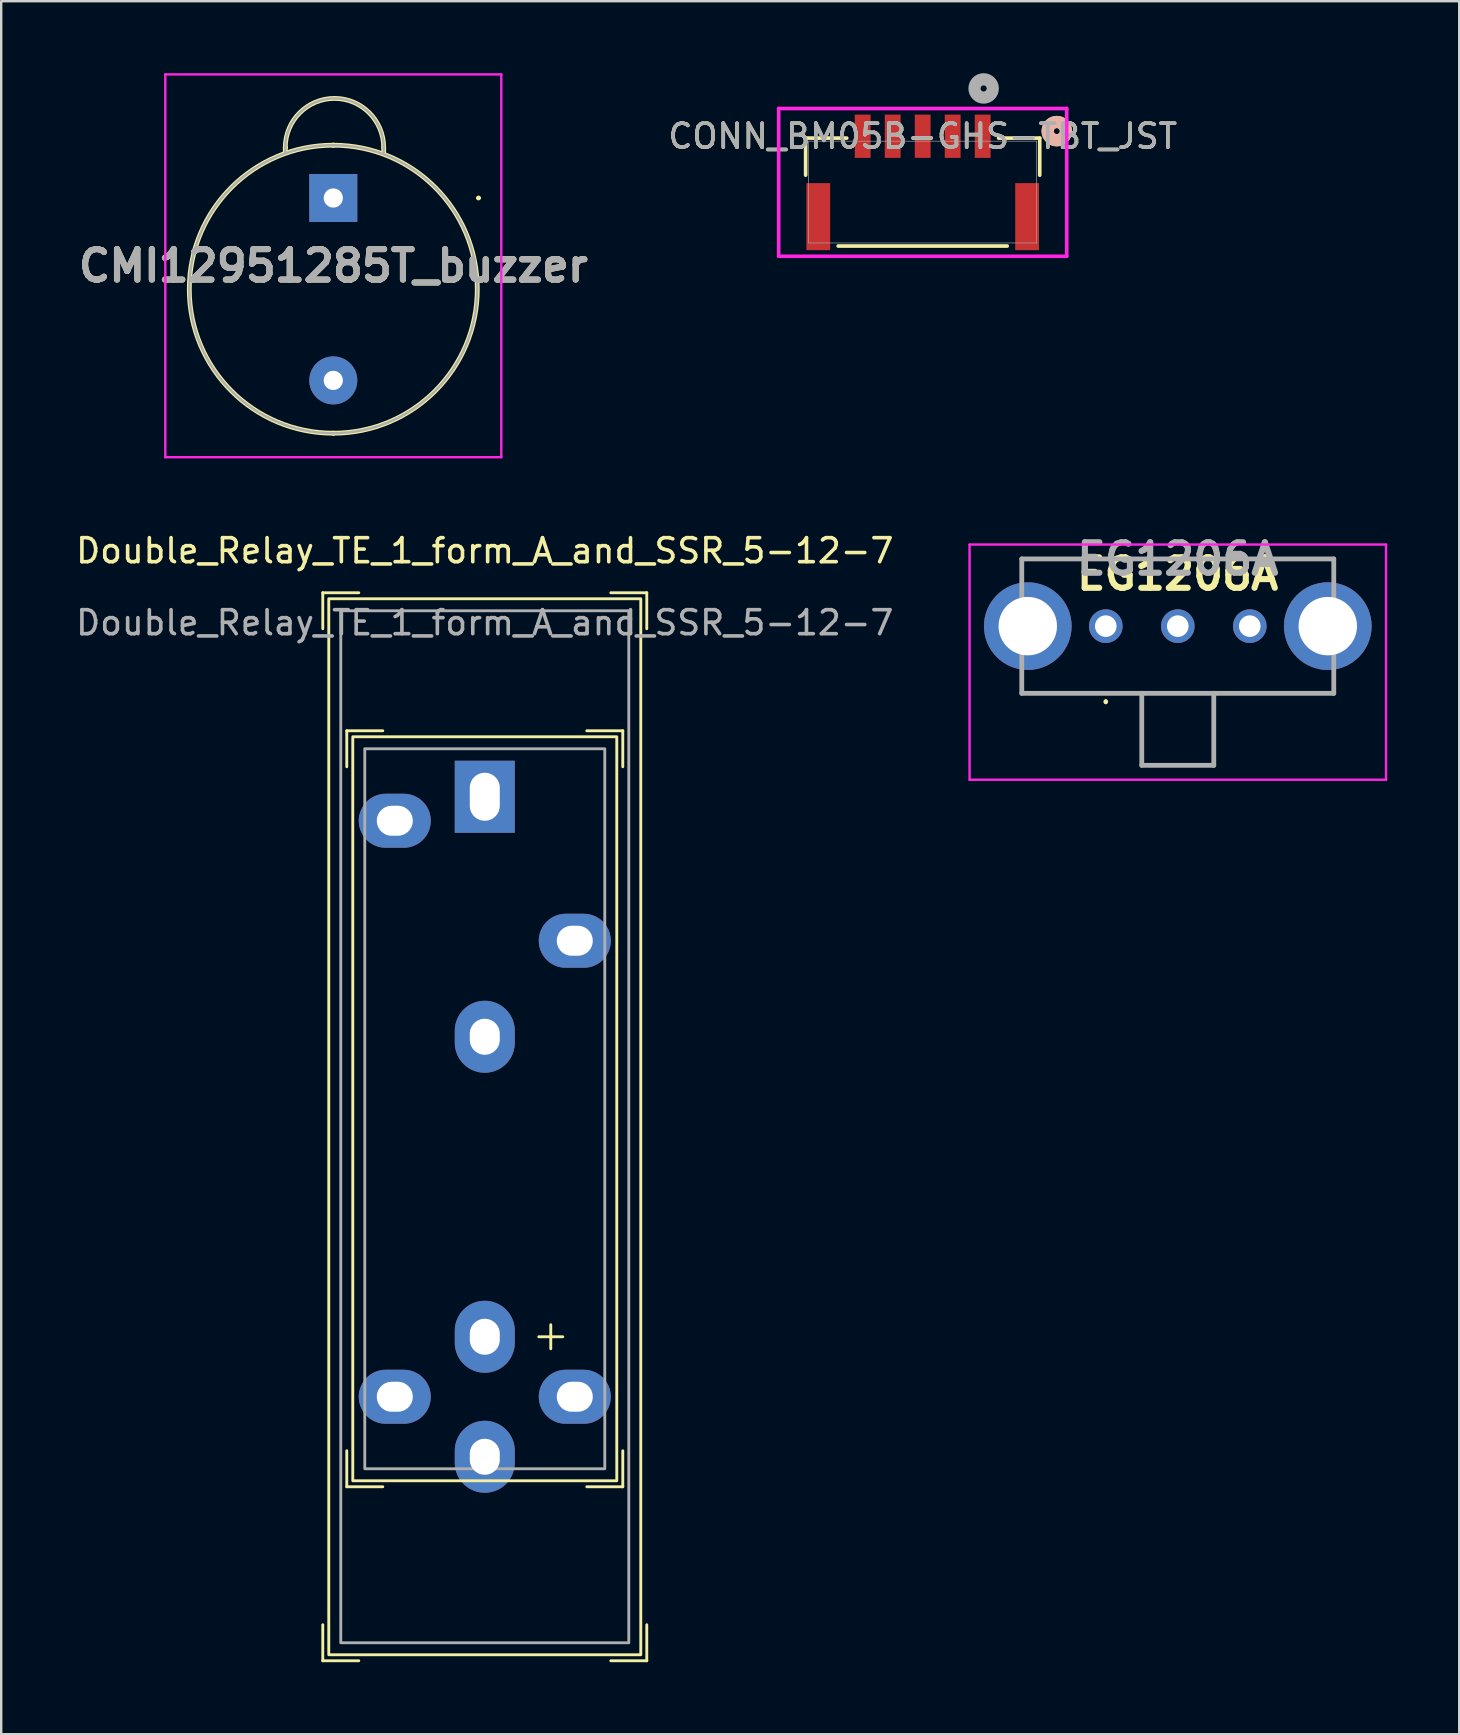
<source format=kicad_pcb>
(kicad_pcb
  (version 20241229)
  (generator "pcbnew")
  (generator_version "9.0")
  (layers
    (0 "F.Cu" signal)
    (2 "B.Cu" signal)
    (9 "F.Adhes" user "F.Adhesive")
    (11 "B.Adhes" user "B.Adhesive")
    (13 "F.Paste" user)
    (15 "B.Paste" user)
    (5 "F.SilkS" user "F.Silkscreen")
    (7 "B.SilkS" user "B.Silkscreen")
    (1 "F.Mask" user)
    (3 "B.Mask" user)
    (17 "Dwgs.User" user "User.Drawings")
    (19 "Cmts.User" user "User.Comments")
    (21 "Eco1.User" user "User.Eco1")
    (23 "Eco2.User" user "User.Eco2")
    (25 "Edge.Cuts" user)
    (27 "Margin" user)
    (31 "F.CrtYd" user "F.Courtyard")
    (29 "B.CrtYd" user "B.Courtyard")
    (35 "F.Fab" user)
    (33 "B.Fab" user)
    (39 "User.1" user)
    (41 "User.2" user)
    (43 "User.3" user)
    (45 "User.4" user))
  (footprint "EG1206A"
    (layer "F.Cu")
    (at 43.024 23.039)
    (property "Reference" "EG1206A" (at 2.991 -2.172 0) (layer "F.SilkS") (effects (font (size 1.27 1.27) (thickness 0.254))))
    (attr through_hole)
    (fp_line (start -3.5 -2.8) (end 9.5 -2.8) (stroke (width 0.1) (type solid)) (layer "F.SilkS"))
    (fp_line (start -3.5 2.8) (end 9.5 2.8) (stroke (width 0.1) (type solid)) (layer "F.SilkS"))
    (fp_line (start 0 3.1) (end 0 3.1) (stroke (width 0.1) (type solid)) (layer "F.SilkS"))
    (fp_line (start 0 3.2) (end 0 3.2) (stroke (width 0.1) (type solid)) (layer "F.SilkS"))
    (fp_arc (start 0 3.1) (mid 0.05 3.15) (end 0 3.2) (stroke (width 0.1) (type solid)) (layer "F.SilkS"))
    (fp_arc (start 0 3.2) (mid -0.05 3.15) (end 0 3.1) (stroke (width 0.1) (type solid)) (layer "F.SilkS"))
    (fp_line (start -5.676 -3.4) (end 11.676 -3.4) (stroke (width 0.1) (type solid)) (layer "F.CrtYd"))
    (fp_line (start -5.676 6.4) (end -5.676 -3.4) (stroke (width 0.1) (type solid)) (layer "F.CrtYd"))
    (fp_line (start 11.676 -3.4) (end 11.676 6.4) (stroke (width 0.1) (type solid)) (layer "F.CrtYd"))
    (fp_line (start 11.676 6.4) (end -5.676 6.4) (stroke (width 0.1) (type solid)) (layer "F.CrtYd"))
    (fp_line (start -3.5 -2.8) (end 9.5 -2.8) (stroke (width 0.2) (type solid)) (layer "F.Fab"))
    (fp_line (start -3.5 2.8) (end -3.5 -2.8) (stroke (width 0.2) (type solid)) (layer "F.Fab"))
    (fp_line (start 1.5 2.8) (end 1.5 5.8) (stroke (width 0.2) (type solid)) (layer "F.Fab"))
    (fp_line (start 1.5 5.8) (end 4.5 5.8) (stroke (width 0.2) (type solid)) (layer "F.Fab"))
    (fp_line (start 4.5 5.8) (end 4.5 2.8) (stroke (width 0.2) (type solid)) (layer "F.Fab"))
    (fp_line (start 9.5 -2.8) (end 9.5 2.8) (stroke (width 0.2) (type solid)) (layer "F.Fab"))
    (fp_line (start 9.5 2.8) (end -3.5 2.8) (stroke (width 0.2) (type solid)) (layer "F.Fab"))
    (fp_text user "${REFERENCE}" (at 3 -2.8 0) (layer "F.Fab") (effects (font (size 1.27 1.27) (thickness 0.254))))
    (pad "1" thru_hole circle (at 0 0) (size 1.4 1.4) (drill 0.9) (layers "*.Cu" "*.Mask"))
    (pad "2" thru_hole circle (at 3 0) (size 1.4 1.4) (drill 0.9) (layers "*.Cu" "*.Mask"))
    (pad "3" thru_hole circle (at 6 0) (size 1.4 1.4) (drill 0.9) (layers "*.Cu" "*.Mask"))
    (pad "SH" thru_hole circle (at -3.25 0) (size 3.653 3.653) (drill 2.435) (layers "*.Cu" "*.Mask"))
    (pad "SH" thru_hole circle (at 9.25 0) (size 3.653 3.653) (drill 2.435) (layers "*.Cu" "*.Mask")))
  (footprint "CMI12951285T_buzzer"
    (layer "F.Cu")
    (at 10.837 5.2)
    (property "Reference" "CMI12951285T_buzzer" (at 0 2.825 0) (layer "F.SilkS") (effects (font (size 1.27 1.27) (thickness 0.254))))
    (attr through_hole)
    (fp_line (start -2 -2.1) (end -2 -2.1) (stroke (width 0.2) (type solid)) (layer "F.SilkS"))
    (fp_line (start -2 -1.9) (end -2 -2.1) (stroke (width 0.2) (type solid)) (layer "F.SilkS"))
    (fp_line (start 0 -2.2) (end 0 -2.2) (stroke (width 0.2) (type solid)) (layer "F.SilkS"))
    (fp_line (start 0 9.8) (end 0 9.8) (stroke (width 0.2) (type solid)) (layer "F.SilkS"))
    (fp_line (start 2.1 -2.1) (end 2.1 -1.9) (stroke (width 0.2) (type solid)) (layer "F.SilkS"))
    (fp_line (start 6 0) (end 6 0) (stroke (width 0.1) (type solid)) (layer "F.SilkS"))
    (fp_line (start 6.1 0) (end 6.1 0) (stroke (width 0.1) (type solid)) (layer "F.SilkS"))
    (fp_arc (start -2 -2.1) (mid 0.05 -4.15) (end 2.1 -2.1) (stroke (width 0.2) (type solid)) (layer "F.SilkS"))
    (fp_arc (start 0 -2.2) (mid 6 3.8) (end 0 9.8) (stroke (width 0.2) (type solid)) (layer "F.SilkS"))
    (fp_arc (start 0 9.8) (mid -6 3.8) (end 0 -2.2) (stroke (width 0.2) (type solid)) (layer "F.SilkS"))
    (fp_arc (start 6 0) (mid 6.05 -0.05) (end 6.1 0) (stroke (width 0.1) (type solid)) (layer "F.SilkS"))
    (fp_arc (start 6.1 0) (mid 6.05 0.05) (end 6 0) (stroke (width 0.1) (type solid)) (layer "F.SilkS"))
    (fp_line (start -7 -5.15) (end 7 -5.15) (stroke (width 0.1) (type solid)) (layer "F.CrtYd"))
    (fp_line (start -7 10.8) (end -7 -5.15) (stroke (width 0.1) (type solid)) (layer "F.CrtYd"))
    (fp_line (start 7 -5.15) (end 7 10.8) (stroke (width 0.1) (type solid)) (layer "F.CrtYd"))
    (fp_line (start 7 10.8) (end -7 10.8) (stroke (width 0.1) (type solid)) (layer "F.CrtYd"))
    (fp_line (start -2 -2.1) (end -2 -2.1) (stroke (width 0.1) (type solid)) (layer "F.Fab"))
    (fp_line (start -2 -1.9) (end -2 -2.1) (stroke (width 0.1) (type solid)) (layer "F.Fab"))
    (fp_line (start 0 -2.2) (end 0 -2.2) (stroke (width 0.1) (type solid)) (layer "F.Fab"))
    (fp_line (start 0 9.8) (end 0 9.8) (stroke (width 0.1) (type solid)) (layer "F.Fab"))
    (fp_line (start 2.1 -2.1) (end 2.1 -1.9) (stroke (width 0.1) (type solid)) (layer "F.Fab"))
    (fp_arc (start -2 -2.1) (mid 0.05 -4.15) (end 2.1 -2.1) (stroke (width 0.1) (type solid)) (layer "F.Fab"))
    (fp_arc (start 0 -2.2) (mid 6 3.8) (end 0 9.8) (stroke (width 0.1) (type solid)) (layer "F.Fab"))
    (fp_arc (start 0 9.8) (mid -6 3.8) (end 0 -2.2) (stroke (width 0.1) (type solid)) (layer "F.Fab"))
    (fp_text user "${REFERENCE}" (at 0 2.825 0) (layer "F.Fab") (effects (font (size 1.27 1.27) (thickness 0.254))))
    (pad "1" thru_hole rect (at 0 0) (size 2 2) (drill 0.8) (layers "*.Cu" "*.Mask"))
    (pad "2" thru_hole circle (at 0 7.6) (size 2 2) (drill 0.8) (layers "*.Cu" "*.Mask")))
  (footprint "CONN_BM05B-GHS-TBT_JST"
    (layer "F.Cu")
    (at 35.395 4.953)
    (property "Reference" "CONN_BM05B-GHS-TBT_JST" (at 0 -2.326 0) (unlocked yes) (layer "F.SilkS") (effects (font (size 1 1) (thickness 0.15))))
    (attr smd)
    (fp_line (start -4.877 -2.248) (end -4.877 -0.704) (stroke (width 0.152) (type solid)) (layer "F.SilkS"))
    (fp_line (start -3.522 2.248) (end 3.522 2.248) (stroke (width 0.152) (type solid)) (layer "F.SilkS"))
    (fp_line (start -3.163 -2.248) (end -4.877 -2.248) (stroke (width 0.152) (type solid)) (layer "F.SilkS"))
    (fp_line (start 4.877 -2.248) (end 3.163 -2.248) (stroke (width 0.152) (type solid)) (layer "F.SilkS"))
    (fp_line (start 4.877 -0.704) (end 4.877 -2.248) (stroke (width 0.152) (type solid)) (layer "F.SilkS"))
    (fp_circle (center 5.588 -2.54) (end 5.969 -2.54) (stroke (width 0.508) (type solid)) (fill no) (layer "F.SilkS"))
    (fp_circle (center 5.588 -2.54) (end 5.969 -2.54) (stroke (width 0.508) (type solid)) (fill no) (layer "B.SilkS"))
    (fp_line (start -6.001 -3.482) (end -6.001 2.675) (stroke (width 0.152) (type solid)) (layer "F.CrtYd"))
    (fp_line (start -6.001 2.675) (end 6.001 2.675) (stroke (width 0.152) (type solid)) (layer "F.CrtYd"))
    (fp_line (start 6.001 -3.482) (end -6.001 -3.482) (stroke (width 0.152) (type solid)) (layer "F.CrtYd"))
    (fp_line (start 6.001 2.675) (end 6.001 -3.482) (stroke (width 0.152) (type solid)) (layer "F.CrtYd"))
    (fp_line (start -4.75 -2.121) (end -4.75 2.121) (stroke (width 0.025) (type solid)) (layer "F.Fab"))
    (fp_line (start -4.75 2.121) (end 4.75 2.121) (stroke (width 0.025) (type solid)) (layer "F.Fab"))
    (fp_line (start 4.75 -2.121) (end -4.75 -2.121) (stroke (width 0.025) (type solid)) (layer "F.Fab"))
    (fp_line (start 4.75 2.121) (end 4.75 -2.121) (stroke (width 0.025) (type solid)) (layer "F.Fab"))
    (fp_circle (center 2.54 -4.318) (end 2.921 -4.318) (stroke (width 0.508) (type solid)) (fill no) (layer "F.Fab"))
    (fp_text user "${REFERENCE}" (at 0 -2.326 0) (unlocked yes) (layer "F.Fab") (effects (font (size 1 1) (thickness 0.15))))
    (pad "1" smd rect (at 2.5 -2.326) (size 0.66 1.803) (layers "F.Cu" "F.Mask" "F.Paste"))
    (pad "2" smd rect (at 1.25 -2.326) (size 0.66 1.803) (layers "F.Cu" "F.Mask" "F.Paste"))
    (pad "3" smd rect (at 0 -2.326) (size 0.66 1.803) (layers "F.Cu" "F.Mask" "F.Paste"))
    (pad "4" smd rect (at -1.25 -2.326) (size 0.66 1.803) (layers "F.Cu" "F.Mask" "F.Paste"))
    (pad "5" smd rect (at -2.5 -2.326) (size 0.66 1.803) (layers "F.Cu" "F.Mask" "F.Paste"))
    (pad "6" smd rect (at -4.35 1.024 90) (size 2.794 0.991) (layers "F.Cu" "F.Mask" "F.Paste"))
    (pad "7" smd rect (at 4.35 1.024 90) (size 2.794 0.991) (layers "F.Cu" "F.Mask" "F.Paste")))
  (footprint "Double_Relay_TE_1_form_A_and_SSR_5-12-7"
    (layer "F.Cu")
    (at 17.149 43.898)
    (property "Reference" "Double_Relay_TE_1_form_A_and_SSR_5-12-7" (at 0 -24 0) (unlocked yes) (layer "F.SilkS") (effects (font (size 1 1) (thickness 0.15))))
    (attr through_hole)
    (fp_line (start -6.75 -22.25) (end -6.75 -20.75) (stroke (width 0.12) (type solid)) (layer "F.SilkS"))
    (fp_line (start -6.75 20.75) (end -6.75 22.25) (stroke (width 0.12) (type solid)) (layer "F.SilkS"))
    (fp_line (start -6.75 22.25) (end -5.25 22.25) (stroke (width 0.12) (type solid)) (layer "F.SilkS"))
    (fp_line (start -5.75 -16.5) (end -5.75 -15) (stroke (width 0.12) (type solid)) (layer "F.SilkS"))
    (fp_line (start -5.75 13.5) (end -5.75 15) (stroke (width 0.12) (type solid)) (layer "F.SilkS"))
    (fp_line (start -5.75 15) (end -4.25 15) (stroke (width 0.12) (type solid)) (layer "F.SilkS"))
    (fp_line (start -5.25 -22.25) (end -6.75 -22.25) (stroke (width 0.12) (type solid)) (layer "F.SilkS"))
    (fp_line (start -4.25 -16.5) (end -5.75 -16.5) (stroke (width 0.12) (type solid)) (layer "F.SilkS"))
    (fp_line (start 2.25 8.75) (end 3.25 8.75) (stroke (width 0.12) (type solid)) (layer "F.SilkS"))
    (fp_line (start 2.75 8.25) (end 2.75 9.25) (stroke (width 0.12) (type solid)) (layer "F.SilkS"))
    (fp_line (start 4.25 15) (end 5.75 15) (stroke (width 0.12) (type solid)) (layer "F.SilkS"))
    (fp_line (start 5.25 22.25) (end 6.75 22.25) (stroke (width 0.12) (type solid)) (layer "F.SilkS"))
    (fp_line (start 5.75 -16.5) (end 4.25 -16.5) (stroke (width 0.12) (type solid)) (layer "F.SilkS"))
    (fp_line (start 5.75 -15) (end 5.75 -16.5) (stroke (width 0.12) (type solid)) (layer "F.SilkS"))
    (fp_line (start 5.75 15) (end 5.75 13.5) (stroke (width 0.12) (type solid)) (layer "F.SilkS"))
    (fp_line (start 6.75 -22.25) (end 5.25 -22.25) (stroke (width 0.12) (type solid)) (layer "F.SilkS"))
    (fp_line (start 6.75 -20.75) (end 6.75 -22.25) (stroke (width 0.12) (type solid)) (layer "F.SilkS"))
    (fp_line (start 6.75 22.25) (end 6.75 20.75) (stroke (width 0.12) (type solid)) (layer "F.SilkS"))
    (fp_rect (start -6.5 -22) (end 6.5 22) (stroke (width 0.12) (type solid)) (fill no) (layer "F.SilkS"))
    (fp_rect (start 5.5 14.75) (end -5.5 -16.25) (stroke (width 0.12) (type solid)) (fill no) (layer "F.SilkS"))
    (fp_rect (start -6 -21.5) (end 6 21.5) (stroke (width 0.12) (type solid)) (fill no) (layer "F.Fab"))
    (fp_rect (start 5 14.25) (end -5 -15.75) (stroke (width 0.12) (type solid)) (fill no) (layer "F.Fab"))
    (fp_text user "${REFERENCE}" (at 0 -21 0) (unlocked yes) (layer "F.Fab") (effects (font (size 1 1) (thickness 0.15))))
    (pad "1" thru_hole oval (at -3.75 -12.75 270) (size 2.25 3) (drill oval 1.25 1.5) (layers "*.Cu" "*.Mask"))
    (pad "1" thru_hole rect (at 0 -13.75) (size 2.5 3) (drill oval 1.25 2) (layers "*.Cu" "*.Mask"))
    (pad "2" thru_hole oval (at 0 -3.75) (size 2.5 3) (drill oval 1.25 1.5) (layers "*.Cu" "*.Mask"))
    (pad "2" thru_hole oval (at 3.75 -7.75 270) (size 2.25 3) (drill oval 1.25 1.5) (layers "*.Cu" "*.Mask"))
    (pad "3" thru_hole oval (at 0 8.75) (size 2.5 3) (drill oval 1.25 1.5) (layers "*.Cu" "*.Mask"))
    (pad "3" thru_hole oval (at 3.75 11.25 270) (size 2.25 3) (drill oval 1.25 1.5) (layers "*.Cu" "*.Mask"))
    (pad "4" thru_hole oval (at -3.75 11.25 270) (size 2.25 3) (drill oval 1.25 1.5) (layers "*.Cu" "*.Mask"))
    (pad "4" thru_hole oval (at 0 13.75) (size 2.5 3) (drill oval 1.25 1.5) (layers "*.Cu" "*.Mask")))
  (gr_rect
    (start -3 -3)
    (end 57.75 69.208)
    (stroke (width 0.1) (type default))
    (fill no)
    (layer "Edge.Cuts")))
</source>
